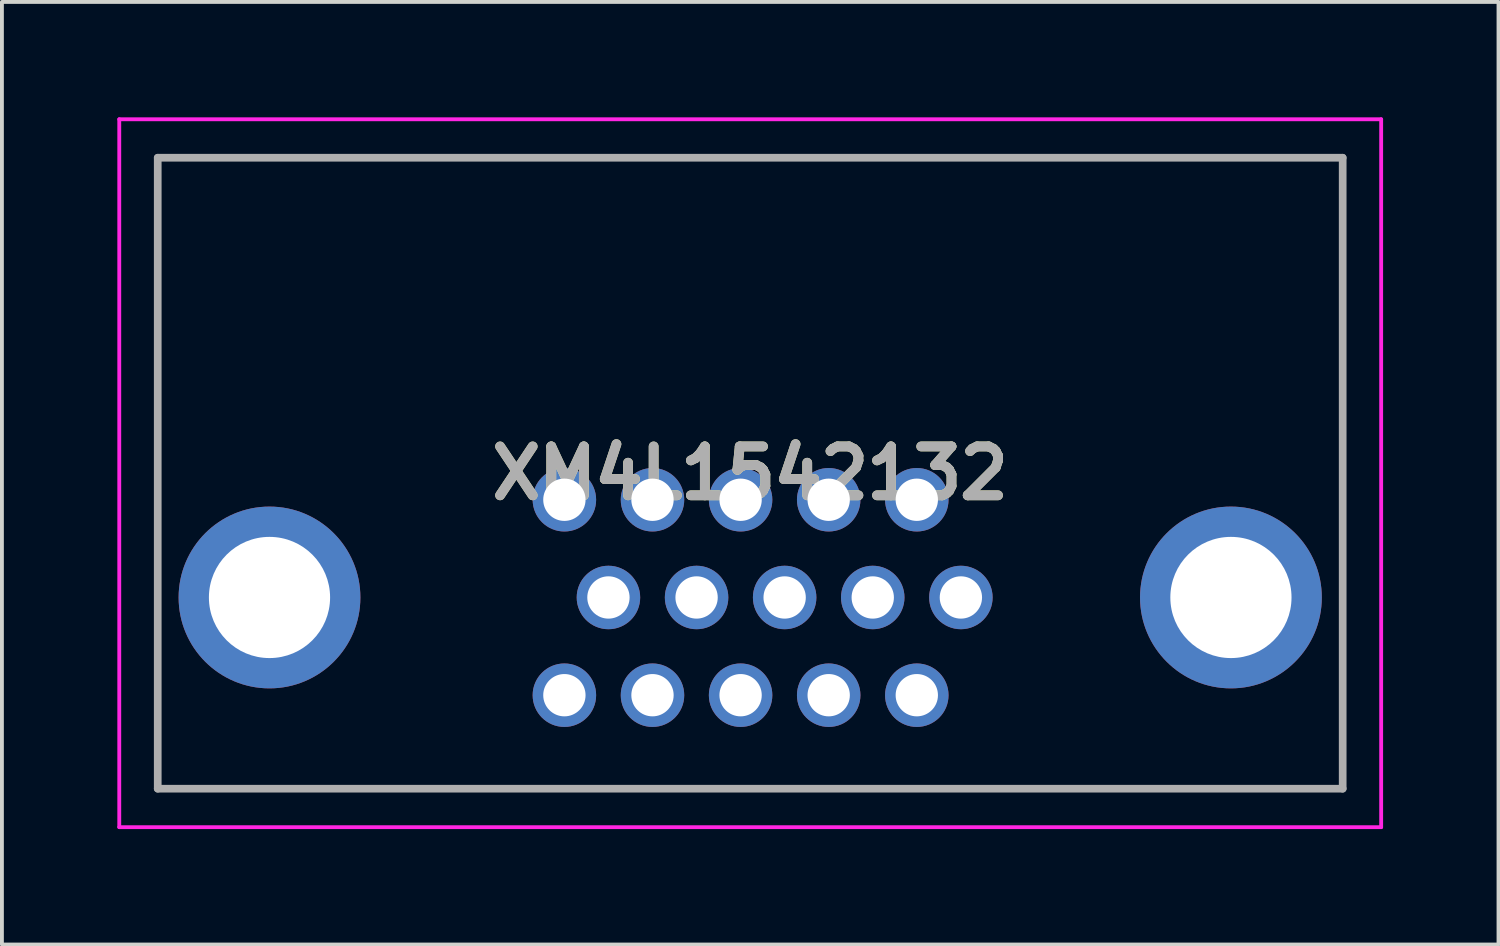
<source format=kicad_pcb>
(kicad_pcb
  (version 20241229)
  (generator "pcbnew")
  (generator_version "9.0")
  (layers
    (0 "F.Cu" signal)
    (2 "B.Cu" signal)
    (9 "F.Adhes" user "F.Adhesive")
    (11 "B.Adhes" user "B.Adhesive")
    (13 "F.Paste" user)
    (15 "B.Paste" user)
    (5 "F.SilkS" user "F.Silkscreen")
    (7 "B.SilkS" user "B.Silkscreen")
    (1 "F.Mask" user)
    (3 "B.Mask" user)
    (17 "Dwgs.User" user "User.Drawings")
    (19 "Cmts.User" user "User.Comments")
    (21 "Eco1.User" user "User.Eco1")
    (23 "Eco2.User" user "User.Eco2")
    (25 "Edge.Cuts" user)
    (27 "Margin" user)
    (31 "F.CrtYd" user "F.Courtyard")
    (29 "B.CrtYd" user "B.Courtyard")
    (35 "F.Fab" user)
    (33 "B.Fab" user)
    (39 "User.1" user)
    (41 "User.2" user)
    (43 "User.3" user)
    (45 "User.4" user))
  (footprint "XM4L1542132"
    (layer "F.Cu")
    (at 16.45 9.25)
    (property "Reference" "XM4L1542132" (at 0 0 0) (layer "F.SilkS") (effects (font (size 1.27 1.27) (thickness 0.254))))
    (attr through_hole)
    (fp_line (start -15.4 -8.2) (end 15.4 -8.2) (stroke (width 0.1) (type solid)) (layer "F.SilkS"))
    (fp_line (start -15.4 8.2) (end -15.4 -8.2) (stroke (width 0.1) (type solid)) (layer "F.SilkS"))
    (fp_line (start 15.4 -8.2) (end 15.4 8.2) (stroke (width 0.1) (type solid)) (layer "F.SilkS"))
    (fp_line (start 15.4 8.2) (end -15.4 8.2) (stroke (width 0.1) (type solid)) (layer "F.SilkS"))
    (fp_line (start -16.4 -9.2) (end 16.4 -9.2) (stroke (width 0.1) (type solid)) (layer "F.CrtYd"))
    (fp_line (start -16.4 9.2) (end -16.4 -9.2) (stroke (width 0.1) (type solid)) (layer "F.CrtYd"))
    (fp_line (start 16.4 -9.2) (end 16.4 9.2) (stroke (width 0.1) (type solid)) (layer "F.CrtYd"))
    (fp_line (start 16.4 9.2) (end -16.4 9.2) (stroke (width 0.1) (type solid)) (layer "F.CrtYd"))
    (fp_line (start -15.4 -8.2) (end 15.4 -8.2) (stroke (width 0.2) (type solid)) (layer "F.Fab"))
    (fp_line (start -15.4 8.2) (end -15.4 -8.2) (stroke (width 0.2) (type solid)) (layer "F.Fab"))
    (fp_line (start 15.4 -8.2) (end 15.4 8.2) (stroke (width 0.2) (type solid)) (layer "F.Fab"))
    (fp_line (start 15.4 8.2) (end -15.4 8.2) (stroke (width 0.2) (type solid)) (layer "F.Fab"))
    (fp_text user "${REFERENCE}" (at 0 0 0) (layer "F.Fab") (effects (font (size 1.27 1.27) (thickness 0.254))))
    (pad "1" thru_hole circle (at 4.33 5.77) (size 1.65 1.65) (drill 1.1) (layers "*.Cu" "*.Mask"))
    (pad "2" thru_hole circle (at 2.04 5.77) (size 1.65 1.65) (drill 1.1) (layers "*.Cu" "*.Mask"))
    (pad "3" thru_hole circle (at -0.25 5.77) (size 1.65 1.65) (drill 1.1) (layers "*.Cu" "*.Mask"))
    (pad "4" thru_hole circle (at -2.54 5.77) (size 1.65 1.65) (drill 1.1) (layers "*.Cu" "*.Mask"))
    (pad "5" thru_hole circle (at -4.83 5.77) (size 1.65 1.65) (drill 1.1) (layers "*.Cu" "*.Mask"))
    (pad "6" thru_hole circle (at 5.476 3.23) (size 1.65 1.65) (drill 1.1) (layers "*.Cu" "*.Mask"))
    (pad "7" thru_hole circle (at 3.185 3.23) (size 1.65 1.65) (drill 1.1) (layers "*.Cu" "*.Mask"))
    (pad "8" thru_hole circle (at 0.895 3.23) (size 1.65 1.65) (drill 1.1) (layers "*.Cu" "*.Mask"))
    (pad "9" thru_hole circle (at -1.394 3.23) (size 1.65 1.65) (drill 1.1) (layers "*.Cu" "*.Mask"))
    (pad "10" thru_hole circle (at -3.685 3.23) (size 1.65 1.65) (drill 1.1) (layers "*.Cu" "*.Mask"))
    (pad "11" thru_hole circle (at 4.33 0.69) (size 1.65 1.65) (drill 1.1) (layers "*.Cu" "*.Mask"))
    (pad "12" thru_hole circle (at 2.04 0.69) (size 1.65 1.65) (drill 1.1) (layers "*.Cu" "*.Mask"))
    (pad "13" thru_hole circle (at -0.25 0.69) (size 1.65 1.65) (drill 1.1) (layers "*.Cu" "*.Mask"))
    (pad "14" thru_hole circle (at -2.54 0.69) (size 1.65 1.65) (drill 1.1) (layers "*.Cu" "*.Mask"))
    (pad "15" thru_hole circle (at -4.83 0.69) (size 1.65 1.65) (drill 1.1) (layers "*.Cu" "*.Mask"))
    (pad "MH1" thru_hole circle (at -12.495 3.23) (size 4.725 4.725) (drill 3.15) (layers "*.Cu" "*.Mask"))
    (pad "MH2" thru_hole circle (at 12.495 3.23) (size 4.725 4.725) (drill 3.15) (layers "*.Cu" "*.Mask")))
  (gr_rect
    (start -3 -3)
    (end 35.9 21.5)
    (stroke (width 0.1) (type default))
    (fill no)
    (layer "Edge.Cuts")))
</source>
